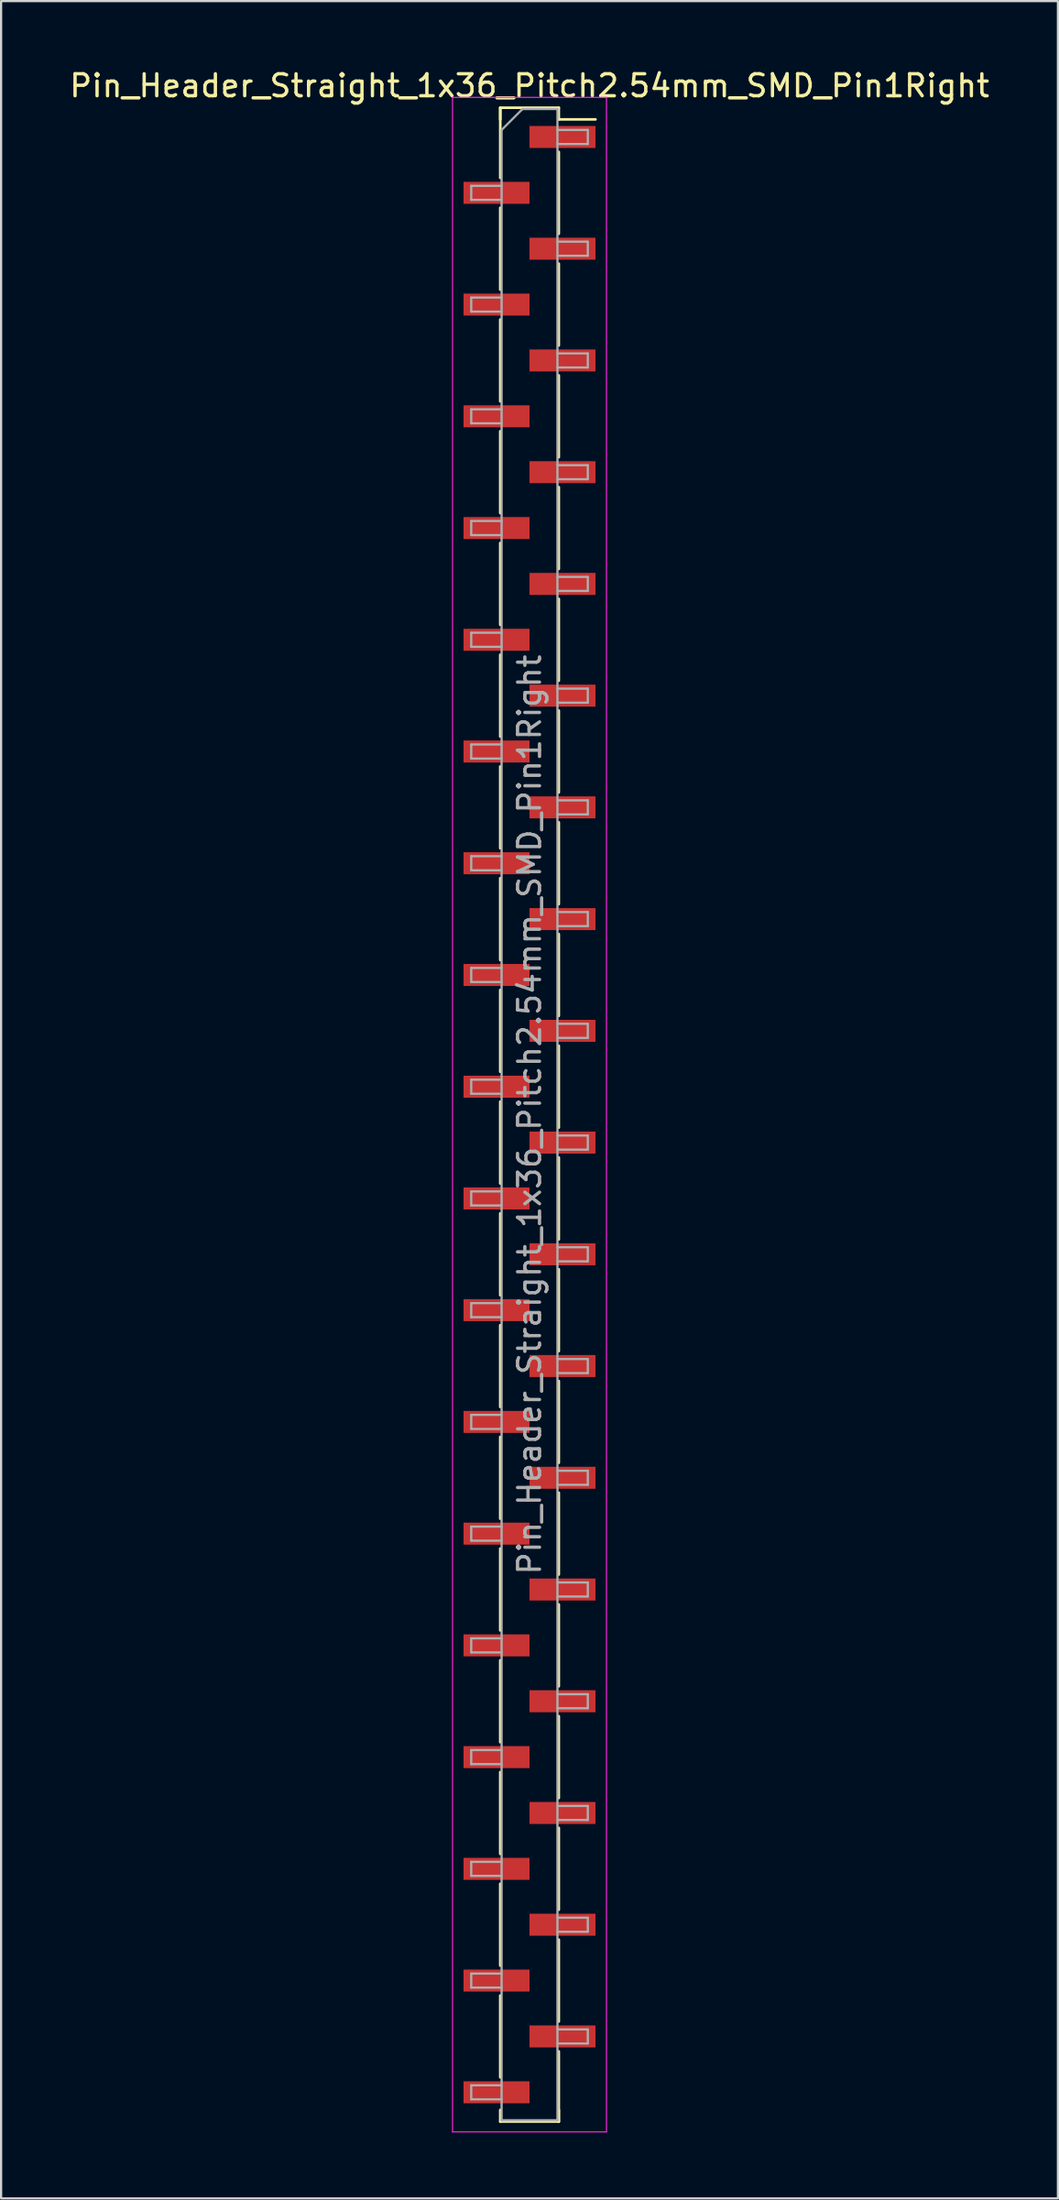
<source format=kicad_pcb>
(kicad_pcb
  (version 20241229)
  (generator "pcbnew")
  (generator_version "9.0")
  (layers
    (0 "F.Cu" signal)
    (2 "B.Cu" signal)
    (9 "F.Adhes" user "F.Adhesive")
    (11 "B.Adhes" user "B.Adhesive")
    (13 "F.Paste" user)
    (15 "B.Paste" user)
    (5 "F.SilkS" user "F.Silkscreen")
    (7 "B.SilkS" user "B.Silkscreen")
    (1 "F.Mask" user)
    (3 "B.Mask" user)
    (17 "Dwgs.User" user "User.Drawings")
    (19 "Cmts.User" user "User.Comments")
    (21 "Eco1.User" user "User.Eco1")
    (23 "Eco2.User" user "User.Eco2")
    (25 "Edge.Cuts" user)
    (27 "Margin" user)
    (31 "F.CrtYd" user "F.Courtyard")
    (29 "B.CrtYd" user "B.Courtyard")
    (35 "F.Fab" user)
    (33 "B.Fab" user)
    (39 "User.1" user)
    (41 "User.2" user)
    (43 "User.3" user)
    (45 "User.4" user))
  (footprint "Pin_Header_Straight_1x36_Pitch2.54mm_SMD_Pin1Right"
    (layer "F.Cu")
    (at 21.03 47.628)
    (property "Reference" "Pin_Header_Straight_1x36_Pitch2.54mm_SMD_Pin1Right" (at 0 -46.78 0) (layer "F.SilkS") (effects (font (size 1 1) (thickness 0.15))))
    (attr smd)
    (fp_line (start -1.33 -45.78) (end -1.33 -42.59) (stroke (width 0.12) (type solid)) (layer "F.SilkS"))
    (fp_line (start -1.33 -45.78) (end 1.33 -45.78) (stroke (width 0.12) (type solid)) (layer "F.SilkS"))
    (fp_line (start -1.33 -45.25) (end -1.33 -45.78) (stroke (width 0.12) (type solid)) (layer "F.SilkS"))
    (fp_line (start -1.33 -41.23) (end -1.33 -37.51) (stroke (width 0.12) (type solid)) (layer "F.SilkS"))
    (fp_line (start -1.33 -36.15) (end -1.33 -32.43) (stroke (width 0.12) (type solid)) (layer "F.SilkS"))
    (fp_line (start -1.33 -31.07) (end -1.33 -27.35) (stroke (width 0.12) (type solid)) (layer "F.SilkS"))
    (fp_line (start -1.33 -25.99) (end -1.33 -22.27) (stroke (width 0.12) (type solid)) (layer "F.SilkS"))
    (fp_line (start -1.33 -20.91) (end -1.33 -17.19) (stroke (width 0.12) (type solid)) (layer "F.SilkS"))
    (fp_line (start -1.33 -15.83) (end -1.33 -12.11) (stroke (width 0.12) (type solid)) (layer "F.SilkS"))
    (fp_line (start -1.33 -10.75) (end -1.33 -7.03) (stroke (width 0.12) (type solid)) (layer "F.SilkS"))
    (fp_line (start -1.33 -5.67) (end -1.33 -1.95) (stroke (width 0.12) (type solid)) (layer "F.SilkS"))
    (fp_line (start -1.33 -0.59) (end -1.33 3.13) (stroke (width 0.12) (type solid)) (layer "F.SilkS"))
    (fp_line (start -1.33 4.49) (end -1.33 8.21) (stroke (width 0.12) (type solid)) (layer "F.SilkS"))
    (fp_line (start -1.33 9.57) (end -1.33 13.29) (stroke (width 0.12) (type solid)) (layer "F.SilkS"))
    (fp_line (start -1.33 14.65) (end -1.33 18.37) (stroke (width 0.12) (type solid)) (layer "F.SilkS"))
    (fp_line (start -1.33 19.73) (end -1.33 23.45) (stroke (width 0.12) (type solid)) (layer "F.SilkS"))
    (fp_line (start -1.33 24.81) (end -1.33 28.53) (stroke (width 0.12) (type solid)) (layer "F.SilkS"))
    (fp_line (start -1.33 29.89) (end -1.33 33.61) (stroke (width 0.12) (type solid)) (layer "F.SilkS"))
    (fp_line (start -1.33 34.97) (end -1.33 38.69) (stroke (width 0.12) (type solid)) (layer "F.SilkS"))
    (fp_line (start -1.33 40.05) (end -1.33 43.77) (stroke (width 0.12) (type solid)) (layer "F.SilkS"))
    (fp_line (start -1.33 45.25) (end -1.33 45.78) (stroke (width 0.12) (type solid)) (layer "F.SilkS"))
    (fp_line (start -1.33 45.78) (end 1.33 45.78) (stroke (width 0.12) (type solid)) (layer "F.SilkS"))
    (fp_line (start 1.33 -45.78) (end 1.33 -45.25) (stroke (width 0.12) (type solid)) (layer "F.SilkS"))
    (fp_line (start 1.33 -45.25) (end 3 -45.25) (stroke (width 0.12) (type solid)) (layer "F.SilkS"))
    (fp_line (start 1.33 -43.77) (end 1.33 -40.05) (stroke (width 0.12) (type solid)) (layer "F.SilkS"))
    (fp_line (start 1.33 -38.69) (end 1.33 -34.97) (stroke (width 0.12) (type solid)) (layer "F.SilkS"))
    (fp_line (start 1.33 -33.61) (end 1.33 -29.89) (stroke (width 0.12) (type solid)) (layer "F.SilkS"))
    (fp_line (start 1.33 -28.53) (end 1.33 -24.81) (stroke (width 0.12) (type solid)) (layer "F.SilkS"))
    (fp_line (start 1.33 -23.45) (end 1.33 -19.73) (stroke (width 0.12) (type solid)) (layer "F.SilkS"))
    (fp_line (start 1.33 -18.37) (end 1.33 -14.65) (stroke (width 0.12) (type solid)) (layer "F.SilkS"))
    (fp_line (start 1.33 -13.29) (end 1.33 -9.57) (stroke (width 0.12) (type solid)) (layer "F.SilkS"))
    (fp_line (start 1.33 -8.21) (end 1.33 -4.49) (stroke (width 0.12) (type solid)) (layer "F.SilkS"))
    (fp_line (start 1.33 -3.13) (end 1.33 0.59) (stroke (width 0.12) (type solid)) (layer "F.SilkS"))
    (fp_line (start 1.33 1.95) (end 1.33 5.67) (stroke (width 0.12) (type solid)) (layer "F.SilkS"))
    (fp_line (start 1.33 7.03) (end 1.33 10.75) (stroke (width 0.12) (type solid)) (layer "F.SilkS"))
    (fp_line (start 1.33 12.11) (end 1.33 15.83) (stroke (width 0.12) (type solid)) (layer "F.SilkS"))
    (fp_line (start 1.33 17.19) (end 1.33 20.91) (stroke (width 0.12) (type solid)) (layer "F.SilkS"))
    (fp_line (start 1.33 22.27) (end 1.33 25.99) (stroke (width 0.12) (type solid)) (layer "F.SilkS"))
    (fp_line (start 1.33 27.35) (end 1.33 31.07) (stroke (width 0.12) (type solid)) (layer "F.SilkS"))
    (fp_line (start 1.33 32.43) (end 1.33 36.15) (stroke (width 0.12) (type solid)) (layer "F.SilkS"))
    (fp_line (start 1.33 37.51) (end 1.33 41.23) (stroke (width 0.12) (type solid)) (layer "F.SilkS"))
    (fp_line (start 1.33 42.59) (end 1.33 45.78) (stroke (width 0.12) (type solid)) (layer "F.SilkS"))
    (fp_line (start 1.33 45.78) (end 1.33 45.25) (stroke (width 0.12) (type solid)) (layer "F.SilkS"))
    (fp_line (start -3.5 -46.25) (end -3.5 46.25) (stroke (width 0.05) (type solid)) (layer "F.CrtYd"))
    (fp_line (start -3.5 46.25) (end 3.5 46.25) (stroke (width 0.05) (type solid)) (layer "F.CrtYd"))
    (fp_line (start 3.5 -46.25) (end -3.5 -46.25) (stroke (width 0.05) (type solid)) (layer "F.CrtYd"))
    (fp_line (start 3.5 46.25) (end 3.5 -46.25) (stroke (width 0.05) (type solid)) (layer "F.CrtYd"))
    (fp_line (start -2.65 -42.23) (end -2.65 -41.59) (stroke (width 0.1) (type solid)) (layer "F.Fab"))
    (fp_line (start -2.65 -41.59) (end -1.27 -41.59) (stroke (width 0.1) (type solid)) (layer "F.Fab"))
    (fp_line (start -2.65 -37.15) (end -2.65 -36.51) (stroke (width 0.1) (type solid)) (layer "F.Fab"))
    (fp_line (start -2.65 -36.51) (end -1.27 -36.51) (stroke (width 0.1) (type solid)) (layer "F.Fab"))
    (fp_line (start -2.65 -32.07) (end -2.65 -31.43) (stroke (width 0.1) (type solid)) (layer "F.Fab"))
    (fp_line (start -2.65 -31.43) (end -1.27 -31.43) (stroke (width 0.1) (type solid)) (layer "F.Fab"))
    (fp_line (start -2.65 -26.99) (end -2.65 -26.35) (stroke (width 0.1) (type solid)) (layer "F.Fab"))
    (fp_line (start -2.65 -26.35) (end -1.27 -26.35) (stroke (width 0.1) (type solid)) (layer "F.Fab"))
    (fp_line (start -2.65 -21.91) (end -2.65 -21.27) (stroke (width 0.1) (type solid)) (layer "F.Fab"))
    (fp_line (start -2.65 -21.27) (end -1.27 -21.27) (stroke (width 0.1) (type solid)) (layer "F.Fab"))
    (fp_line (start -2.65 -16.83) (end -2.65 -16.19) (stroke (width 0.1) (type solid)) (layer "F.Fab"))
    (fp_line (start -2.65 -16.19) (end -1.27 -16.19) (stroke (width 0.1) (type solid)) (layer "F.Fab"))
    (fp_line (start -2.65 -11.75) (end -2.65 -11.11) (stroke (width 0.1) (type solid)) (layer "F.Fab"))
    (fp_line (start -2.65 -11.11) (end -1.27 -11.11) (stroke (width 0.1) (type solid)) (layer "F.Fab"))
    (fp_line (start -2.65 -6.67) (end -2.65 -6.03) (stroke (width 0.1) (type solid)) (layer "F.Fab"))
    (fp_line (start -2.65 -6.03) (end -1.27 -6.03) (stroke (width 0.1) (type solid)) (layer "F.Fab"))
    (fp_line (start -2.65 -1.59) (end -2.65 -0.95) (stroke (width 0.1) (type solid)) (layer "F.Fab"))
    (fp_line (start -2.65 -0.95) (end -1.27 -0.95) (stroke (width 0.1) (type solid)) (layer "F.Fab"))
    (fp_line (start -2.65 3.49) (end -2.65 4.13) (stroke (width 0.1) (type solid)) (layer "F.Fab"))
    (fp_line (start -2.65 4.13) (end -1.27 4.13) (stroke (width 0.1) (type solid)) (layer "F.Fab"))
    (fp_line (start -2.65 8.57) (end -2.65 9.21) (stroke (width 0.1) (type solid)) (layer "F.Fab"))
    (fp_line (start -2.65 9.21) (end -1.27 9.21) (stroke (width 0.1) (type solid)) (layer "F.Fab"))
    (fp_line (start -2.65 13.65) (end -2.65 14.29) (stroke (width 0.1) (type solid)) (layer "F.Fab"))
    (fp_line (start -2.65 14.29) (end -1.27 14.29) (stroke (width 0.1) (type solid)) (layer "F.Fab"))
    (fp_line (start -2.65 18.73) (end -2.65 19.37) (stroke (width 0.1) (type solid)) (layer "F.Fab"))
    (fp_line (start -2.65 19.37) (end -1.27 19.37) (stroke (width 0.1) (type solid)) (layer "F.Fab"))
    (fp_line (start -2.65 23.81) (end -2.65 24.45) (stroke (width 0.1) (type solid)) (layer "F.Fab"))
    (fp_line (start -2.65 24.45) (end -1.27 24.45) (stroke (width 0.1) (type solid)) (layer "F.Fab"))
    (fp_line (start -2.65 28.89) (end -2.65 29.53) (stroke (width 0.1) (type solid)) (layer "F.Fab"))
    (fp_line (start -2.65 29.53) (end -1.27 29.53) (stroke (width 0.1) (type solid)) (layer "F.Fab"))
    (fp_line (start -2.65 33.97) (end -2.65 34.61) (stroke (width 0.1) (type solid)) (layer "F.Fab"))
    (fp_line (start -2.65 34.61) (end -1.27 34.61) (stroke (width 0.1) (type solid)) (layer "F.Fab"))
    (fp_line (start -2.65 39.05) (end -2.65 39.69) (stroke (width 0.1) (type solid)) (layer "F.Fab"))
    (fp_line (start -2.65 39.69) (end -1.27 39.69) (stroke (width 0.1) (type solid)) (layer "F.Fab"))
    (fp_line (start -2.65 44.13) (end -2.65 44.77) (stroke (width 0.1) (type solid)) (layer "F.Fab"))
    (fp_line (start -2.65 44.77) (end -1.27 44.77) (stroke (width 0.1) (type solid)) (layer "F.Fab"))
    (fp_line (start -1.27 -44.77) (end -0.32 -45.72) (stroke (width 0.1) (type solid)) (layer "F.Fab"))
    (fp_line (start -1.27 -42.23) (end -2.65 -42.23) (stroke (width 0.1) (type solid)) (layer "F.Fab"))
    (fp_line (start -1.27 -37.15) (end -2.65 -37.15) (stroke (width 0.1) (type solid)) (layer "F.Fab"))
    (fp_line (start -1.27 -32.07) (end -2.65 -32.07) (stroke (width 0.1) (type solid)) (layer "F.Fab"))
    (fp_line (start -1.27 -26.99) (end -2.65 -26.99) (stroke (width 0.1) (type solid)) (layer "F.Fab"))
    (fp_line (start -1.27 -21.91) (end -2.65 -21.91) (stroke (width 0.1) (type solid)) (layer "F.Fab"))
    (fp_line (start -1.27 -16.83) (end -2.65 -16.83) (stroke (width 0.1) (type solid)) (layer "F.Fab"))
    (fp_line (start -1.27 -11.75) (end -2.65 -11.75) (stroke (width 0.1) (type solid)) (layer "F.Fab"))
    (fp_line (start -1.27 -6.67) (end -2.65 -6.67) (stroke (width 0.1) (type solid)) (layer "F.Fab"))
    (fp_line (start -1.27 -1.59) (end -2.65 -1.59) (stroke (width 0.1) (type solid)) (layer "F.Fab"))
    (fp_line (start -1.27 3.49) (end -2.65 3.49) (stroke (width 0.1) (type solid)) (layer "F.Fab"))
    (fp_line (start -1.27 8.57) (end -2.65 8.57) (stroke (width 0.1) (type solid)) (layer "F.Fab"))
    (fp_line (start -1.27 13.65) (end -2.65 13.65) (stroke (width 0.1) (type solid)) (layer "F.Fab"))
    (fp_line (start -1.27 18.73) (end -2.65 18.73) (stroke (width 0.1) (type solid)) (layer "F.Fab"))
    (fp_line (start -1.27 23.81) (end -2.65 23.81) (stroke (width 0.1) (type solid)) (layer "F.Fab"))
    (fp_line (start -1.27 28.89) (end -2.65 28.89) (stroke (width 0.1) (type solid)) (layer "F.Fab"))
    (fp_line (start -1.27 33.97) (end -2.65 33.97) (stroke (width 0.1) (type solid)) (layer "F.Fab"))
    (fp_line (start -1.27 39.05) (end -2.65 39.05) (stroke (width 0.1) (type solid)) (layer "F.Fab"))
    (fp_line (start -1.27 44.13) (end -2.65 44.13) (stroke (width 0.1) (type solid)) (layer "F.Fab"))
    (fp_line (start -1.27 45.72) (end -1.27 -44.77) (stroke (width 0.1) (type solid)) (layer "F.Fab"))
    (fp_line (start -0.32 -45.72) (end 1.27 -45.72) (stroke (width 0.1) (type solid)) (layer "F.Fab"))
    (fp_line (start 1.27 -45.72) (end 1.27 45.72) (stroke (width 0.1) (type solid)) (layer "F.Fab"))
    (fp_line (start 1.27 -44.77) (end 2.65 -44.77) (stroke (width 0.1) (type solid)) (layer "F.Fab"))
    (fp_line (start 1.27 -39.69) (end 2.65 -39.69) (stroke (width 0.1) (type solid)) (layer "F.Fab"))
    (fp_line (start 1.27 -34.61) (end 2.65 -34.61) (stroke (width 0.1) (type solid)) (layer "F.Fab"))
    (fp_line (start 1.27 -29.53) (end 2.65 -29.53) (stroke (width 0.1) (type solid)) (layer "F.Fab"))
    (fp_line (start 1.27 -24.45) (end 2.65 -24.45) (stroke (width 0.1) (type solid)) (layer "F.Fab"))
    (fp_line (start 1.27 -19.37) (end 2.65 -19.37) (stroke (width 0.1) (type solid)) (layer "F.Fab"))
    (fp_line (start 1.27 -14.29) (end 2.65 -14.29) (stroke (width 0.1) (type solid)) (layer "F.Fab"))
    (fp_line (start 1.27 -9.21) (end 2.65 -9.21) (stroke (width 0.1) (type solid)) (layer "F.Fab"))
    (fp_line (start 1.27 -4.13) (end 2.65 -4.13) (stroke (width 0.1) (type solid)) (layer "F.Fab"))
    (fp_line (start 1.27 0.95) (end 2.65 0.95) (stroke (width 0.1) (type solid)) (layer "F.Fab"))
    (fp_line (start 1.27 6.03) (end 2.65 6.03) (stroke (width 0.1) (type solid)) (layer "F.Fab"))
    (fp_line (start 1.27 11.11) (end 2.65 11.11) (stroke (width 0.1) (type solid)) (layer "F.Fab"))
    (fp_line (start 1.27 16.19) (end 2.65 16.19) (stroke (width 0.1) (type solid)) (layer "F.Fab"))
    (fp_line (start 1.27 21.27) (end 2.65 21.27) (stroke (width 0.1) (type solid)) (layer "F.Fab"))
    (fp_line (start 1.27 26.35) (end 2.65 26.35) (stroke (width 0.1) (type solid)) (layer "F.Fab"))
    (fp_line (start 1.27 31.43) (end 2.65 31.43) (stroke (width 0.1) (type solid)) (layer "F.Fab"))
    (fp_line (start 1.27 36.51) (end 2.65 36.51) (stroke (width 0.1) (type solid)) (layer "F.Fab"))
    (fp_line (start 1.27 41.59) (end 2.65 41.59) (stroke (width 0.1) (type solid)) (layer "F.Fab"))
    (fp_line (start 1.27 45.72) (end -1.27 45.72) (stroke (width 0.1) (type solid)) (layer "F.Fab"))
    (fp_line (start 2.65 -44.77) (end 2.65 -44.13) (stroke (width 0.1) (type solid)) (layer "F.Fab"))
    (fp_line (start 2.65 -44.13) (end 1.27 -44.13) (stroke (width 0.1) (type solid)) (layer "F.Fab"))
    (fp_line (start 2.65 -39.69) (end 2.65 -39.05) (stroke (width 0.1) (type solid)) (layer "F.Fab"))
    (fp_line (start 2.65 -39.05) (end 1.27 -39.05) (stroke (width 0.1) (type solid)) (layer "F.Fab"))
    (fp_line (start 2.65 -34.61) (end 2.65 -33.97) (stroke (width 0.1) (type solid)) (layer "F.Fab"))
    (fp_line (start 2.65 -33.97) (end 1.27 -33.97) (stroke (width 0.1) (type solid)) (layer "F.Fab"))
    (fp_line (start 2.65 -29.53) (end 2.65 -28.89) (stroke (width 0.1) (type solid)) (layer "F.Fab"))
    (fp_line (start 2.65 -28.89) (end 1.27 -28.89) (stroke (width 0.1) (type solid)) (layer "F.Fab"))
    (fp_line (start 2.65 -24.45) (end 2.65 -23.81) (stroke (width 0.1) (type solid)) (layer "F.Fab"))
    (fp_line (start 2.65 -23.81) (end 1.27 -23.81) (stroke (width 0.1) (type solid)) (layer "F.Fab"))
    (fp_line (start 2.65 -19.37) (end 2.65 -18.73) (stroke (width 0.1) (type solid)) (layer "F.Fab"))
    (fp_line (start 2.65 -18.73) (end 1.27 -18.73) (stroke (width 0.1) (type solid)) (layer "F.Fab"))
    (fp_line (start 2.65 -14.29) (end 2.65 -13.65) (stroke (width 0.1) (type solid)) (layer "F.Fab"))
    (fp_line (start 2.65 -13.65) (end 1.27 -13.65) (stroke (width 0.1) (type solid)) (layer "F.Fab"))
    (fp_line (start 2.65 -9.21) (end 2.65 -8.57) (stroke (width 0.1) (type solid)) (layer "F.Fab"))
    (fp_line (start 2.65 -8.57) (end 1.27 -8.57) (stroke (width 0.1) (type solid)) (layer "F.Fab"))
    (fp_line (start 2.65 -4.13) (end 2.65 -3.49) (stroke (width 0.1) (type solid)) (layer "F.Fab"))
    (fp_line (start 2.65 -3.49) (end 1.27 -3.49) (stroke (width 0.1) (type solid)) (layer "F.Fab"))
    (fp_line (start 2.65 0.95) (end 2.65 1.59) (stroke (width 0.1) (type solid)) (layer "F.Fab"))
    (fp_line (start 2.65 1.59) (end 1.27 1.59) (stroke (width 0.1) (type solid)) (layer "F.Fab"))
    (fp_line (start 2.65 6.03) (end 2.65 6.67) (stroke (width 0.1) (type solid)) (layer "F.Fab"))
    (fp_line (start 2.65 6.67) (end 1.27 6.67) (stroke (width 0.1) (type solid)) (layer "F.Fab"))
    (fp_line (start 2.65 11.11) (end 2.65 11.75) (stroke (width 0.1) (type solid)) (layer "F.Fab"))
    (fp_line (start 2.65 11.75) (end 1.27 11.75) (stroke (width 0.1) (type solid)) (layer "F.Fab"))
    (fp_line (start 2.65 16.19) (end 2.65 16.83) (stroke (width 0.1) (type solid)) (layer "F.Fab"))
    (fp_line (start 2.65 16.83) (end 1.27 16.83) (stroke (width 0.1) (type solid)) (layer "F.Fab"))
    (fp_line (start 2.65 21.27) (end 2.65 21.91) (stroke (width 0.1) (type solid)) (layer "F.Fab"))
    (fp_line (start 2.65 21.91) (end 1.27 21.91) (stroke (width 0.1) (type solid)) (layer "F.Fab"))
    (fp_line (start 2.65 26.35) (end 2.65 26.99) (stroke (width 0.1) (type solid)) (layer "F.Fab"))
    (fp_line (start 2.65 26.99) (end 1.27 26.99) (stroke (width 0.1) (type solid)) (layer "F.Fab"))
    (fp_line (start 2.65 31.43) (end 2.65 32.07) (stroke (width 0.1) (type solid)) (layer "F.Fab"))
    (fp_line (start 2.65 32.07) (end 1.27 32.07) (stroke (width 0.1) (type solid)) (layer "F.Fab"))
    (fp_line (start 2.65 36.51) (end 2.65 37.15) (stroke (width 0.1) (type solid)) (layer "F.Fab"))
    (fp_line (start 2.65 37.15) (end 1.27 37.15) (stroke (width 0.1) (type solid)) (layer "F.Fab"))
    (fp_line (start 2.65 41.59) (end 2.65 42.23) (stroke (width 0.1) (type solid)) (layer "F.Fab"))
    (fp_line (start 2.65 42.23) (end 1.27 42.23) (stroke (width 0.1) (type solid)) (layer "F.Fab"))
    (fp_text user "${REFERENCE}" (at 0 0 90) (layer "F.Fab") (effects (font (size 1 1) (thickness 0.15))))
    (pad "1" smd rect (at 1.5 -44.45) (size 3 1) (layers "F.Cu" "F.Mask" "F.Paste"))
    (pad "2" smd rect (at -1.5 -41.91) (size 3 1) (layers "F.Cu" "F.Mask" "F.Paste"))
    (pad "3" smd rect (at 1.5 -39.37) (size 3 1) (layers "F.Cu" "F.Mask" "F.Paste"))
    (pad "4" smd rect (at -1.5 -36.83) (size 3 1) (layers "F.Cu" "F.Mask" "F.Paste"))
    (pad "5" smd rect (at 1.5 -34.29) (size 3 1) (layers "F.Cu" "F.Mask" "F.Paste"))
    (pad "6" smd rect (at -1.5 -31.75) (size 3 1) (layers "F.Cu" "F.Mask" "F.Paste"))
    (pad "7" smd rect (at 1.5 -29.21) (size 3 1) (layers "F.Cu" "F.Mask" "F.Paste"))
    (pad "8" smd rect (at -1.5 -26.67) (size 3 1) (layers "F.Cu" "F.Mask" "F.Paste"))
    (pad "9" smd rect (at 1.5 -24.13) (size 3 1) (layers "F.Cu" "F.Mask" "F.Paste"))
    (pad "10" smd rect (at -1.5 -21.59) (size 3 1) (layers "F.Cu" "F.Mask" "F.Paste"))
    (pad "11" smd rect (at 1.5 -19.05) (size 3 1) (layers "F.Cu" "F.Mask" "F.Paste"))
    (pad "12" smd rect (at -1.5 -16.51) (size 3 1) (layers "F.Cu" "F.Mask" "F.Paste"))
    (pad "13" smd rect (at 1.5 -13.97) (size 3 1) (layers "F.Cu" "F.Mask" "F.Paste"))
    (pad "14" smd rect (at -1.5 -11.43) (size 3 1) (layers "F.Cu" "F.Mask" "F.Paste"))
    (pad "15" smd rect (at 1.5 -8.89) (size 3 1) (layers "F.Cu" "F.Mask" "F.Paste"))
    (pad "16" smd rect (at -1.5 -6.35) (size 3 1) (layers "F.Cu" "F.Mask" "F.Paste"))
    (pad "17" smd rect (at 1.5 -3.81) (size 3 1) (layers "F.Cu" "F.Mask" "F.Paste"))
    (pad "18" smd rect (at -1.5 -1.27) (size 3 1) (layers "F.Cu" "F.Mask" "F.Paste"))
    (pad "19" smd rect (at 1.5 1.27) (size 3 1) (layers "F.Cu" "F.Mask" "F.Paste"))
    (pad "20" smd rect (at -1.5 3.81) (size 3 1) (layers "F.Cu" "F.Mask" "F.Paste"))
    (pad "21" smd rect (at 1.5 6.35) (size 3 1) (layers "F.Cu" "F.Mask" "F.Paste"))
    (pad "22" smd rect (at -1.5 8.89) (size 3 1) (layers "F.Cu" "F.Mask" "F.Paste"))
    (pad "23" smd rect (at 1.5 11.43) (size 3 1) (layers "F.Cu" "F.Mask" "F.Paste"))
    (pad "24" smd rect (at -1.5 13.97) (size 3 1) (layers "F.Cu" "F.Mask" "F.Paste"))
    (pad "25" smd rect (at 1.5 16.51) (size 3 1) (layers "F.Cu" "F.Mask" "F.Paste"))
    (pad "26" smd rect (at -1.5 19.05) (size 3 1) (layers "F.Cu" "F.Mask" "F.Paste"))
    (pad "27" smd rect (at 1.5 21.59) (size 3 1) (layers "F.Cu" "F.Mask" "F.Paste"))
    (pad "28" smd rect (at -1.5 24.13) (size 3 1) (layers "F.Cu" "F.Mask" "F.Paste"))
    (pad "29" smd rect (at 1.5 26.67) (size 3 1) (layers "F.Cu" "F.Mask" "F.Paste"))
    (pad "30" smd rect (at -1.5 29.21) (size 3 1) (layers "F.Cu" "F.Mask" "F.Paste"))
    (pad "31" smd rect (at 1.5 31.75) (size 3 1) (layers "F.Cu" "F.Mask" "F.Paste"))
    (pad "32" smd rect (at -1.5 34.29) (size 3 1) (layers "F.Cu" "F.Mask" "F.Paste"))
    (pad "33" smd rect (at 1.5 36.83) (size 3 1) (layers "F.Cu" "F.Mask" "F.Paste"))
    (pad "34" smd rect (at -1.5 39.37) (size 3 1) (layers "F.Cu" "F.Mask" "F.Paste"))
    (pad "35" smd rect (at 1.5 41.91) (size 3 1) (layers "F.Cu" "F.Mask" "F.Paste"))
    (pad "36" smd rect (at -1.5 44.45) (size 3 1) (layers "F.Cu" "F.Mask" "F.Paste")))
  (gr_rect
    (start -3 -3)
    (end 45.06 96.903)
    (stroke (width 0.1) (type default))
    (fill no)
    (layer "Edge.Cuts")))
</source>
